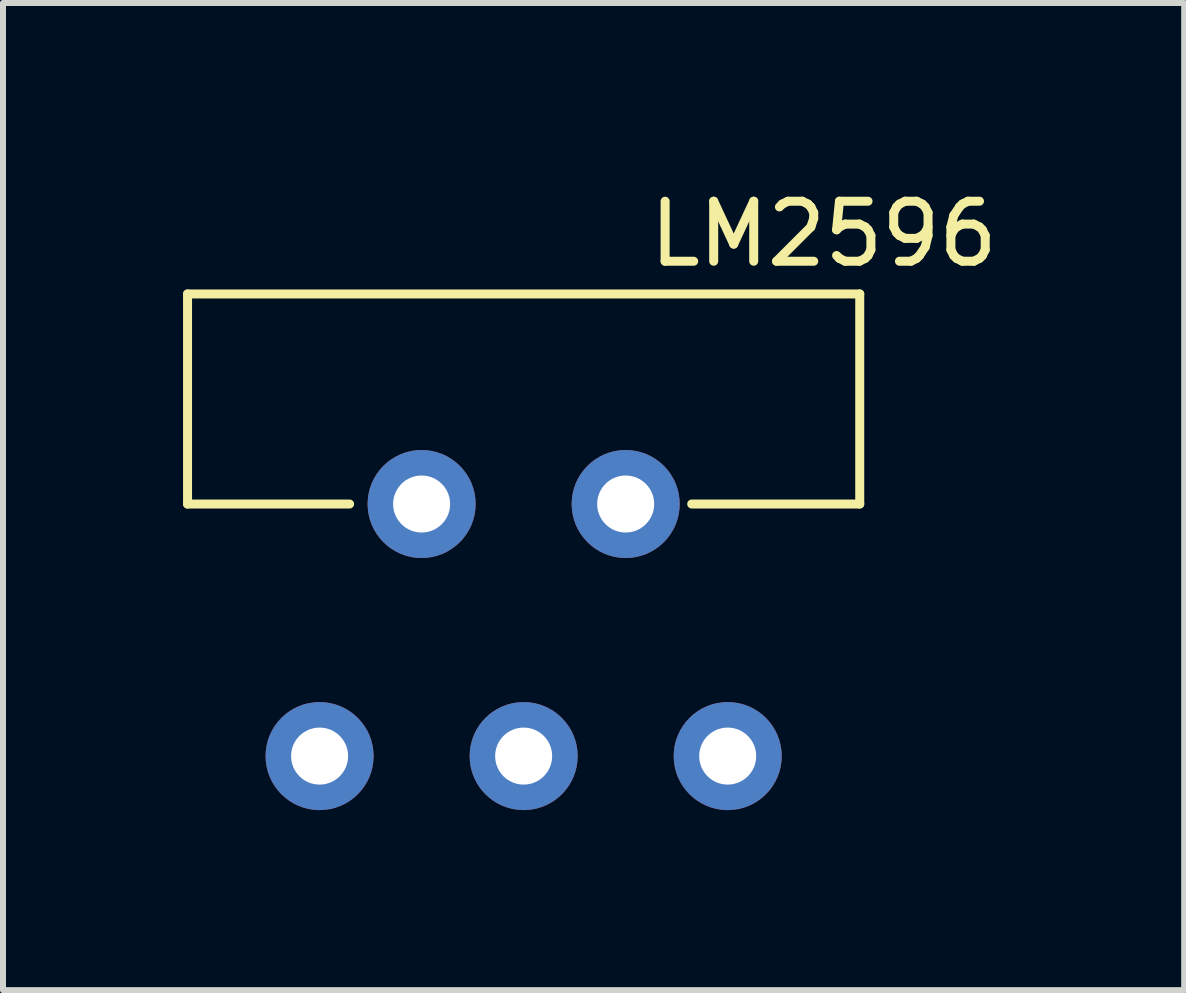
<source format=kicad_pcb>
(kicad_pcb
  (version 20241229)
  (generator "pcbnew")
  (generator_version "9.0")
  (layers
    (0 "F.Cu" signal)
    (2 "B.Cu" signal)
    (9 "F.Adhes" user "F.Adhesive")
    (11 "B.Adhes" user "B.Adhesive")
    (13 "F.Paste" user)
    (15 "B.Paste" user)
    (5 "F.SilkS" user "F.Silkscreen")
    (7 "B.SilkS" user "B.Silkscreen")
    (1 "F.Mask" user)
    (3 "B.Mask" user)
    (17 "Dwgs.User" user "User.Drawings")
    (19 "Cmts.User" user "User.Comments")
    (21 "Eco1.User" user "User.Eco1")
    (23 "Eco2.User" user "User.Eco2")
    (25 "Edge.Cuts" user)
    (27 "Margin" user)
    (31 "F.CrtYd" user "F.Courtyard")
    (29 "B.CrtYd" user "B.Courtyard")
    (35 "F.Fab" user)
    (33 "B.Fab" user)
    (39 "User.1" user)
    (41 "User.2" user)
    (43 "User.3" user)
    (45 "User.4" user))
  (footprint "LM2596"
    (layer "F.Cu")
    (at 2.275 9.548)
    (property "Reference" "LM2596" (at 8.4 -8.7 0) (layer "F.SilkS") (effects (font (size 1 1) (thickness 0.15))))
    (attr through_hole)
    (fp_line (start -2.2 -7.7) (end 9 -7.7) (stroke (width 0.15) (type solid)) (layer "F.SilkS"))
    (fp_line (start -2.2 -4.2) (end -2.2 -7.7) (stroke (width 0.15) (type solid)) (layer "F.SilkS"))
    (fp_line (start 0.5 -4.2) (end -2.2 -4.2) (stroke (width 0.15) (type solid)) (layer "F.SilkS"))
    (fp_line (start 9 -7.7) (end 9 -4.2) (stroke (width 0.15) (type solid)) (layer "F.SilkS"))
    (fp_line (start 9 -4.2) (end 6.2 -4.2) (stroke (width 0.15) (type solid)) (layer "F.SilkS"))
    (pad "1" thru_hole circle (at 0 0) (size 1.8 1.8) (drill 0.95) (layers "*.Cu" "*.Mask"))
    (pad "2" thru_hole circle (at 1.7 -4.2) (size 1.8 1.8) (drill 0.95) (layers "*.Cu" "*.Mask"))
    (pad "3" thru_hole circle (at 3.4 0) (size 1.8 1.8) (drill 0.95) (layers "*.Cu" "*.Mask"))
    (pad "4" thru_hole circle (at 5.1 -4.2) (size 1.8 1.8) (drill 0.95) (layers "*.Cu" "*.Mask"))
    (pad "5" thru_hole circle (at 6.8 0) (size 1.8 1.8) (drill 0.95) (layers "*.Cu" "*.Mask")))
  (gr_rect
    (start -3 -3)
    (end 16.681 13.448)
    (stroke (width 0.1) (type default))
    (fill no)
    (layer "Edge.Cuts")))
</source>
